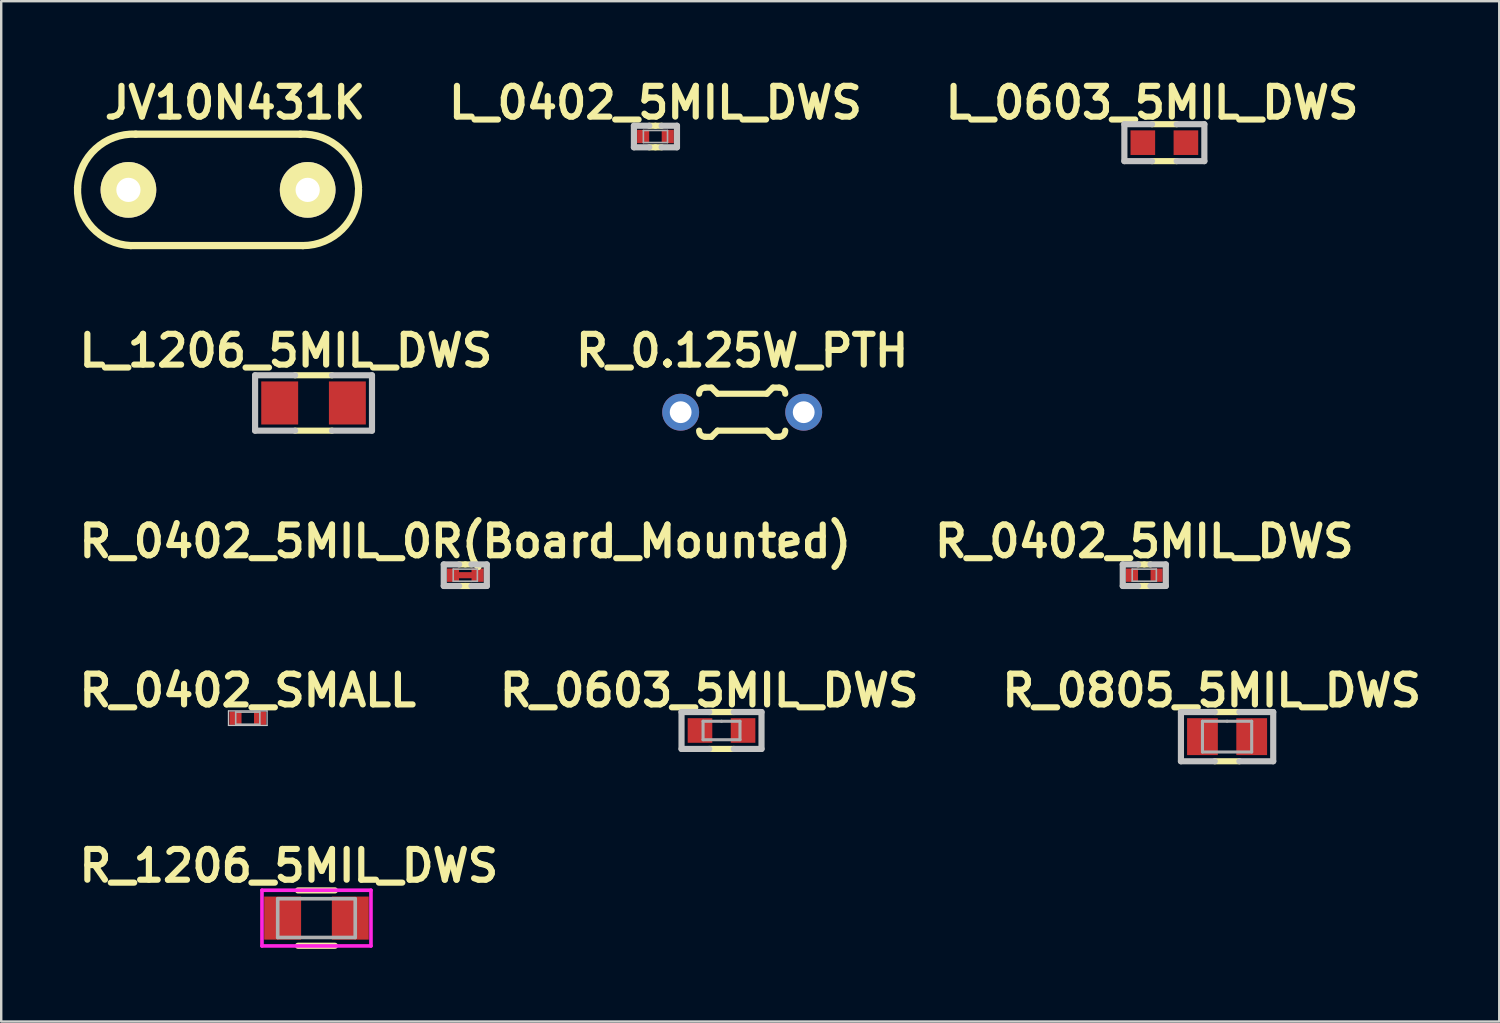
<source format=kicad_pcb>
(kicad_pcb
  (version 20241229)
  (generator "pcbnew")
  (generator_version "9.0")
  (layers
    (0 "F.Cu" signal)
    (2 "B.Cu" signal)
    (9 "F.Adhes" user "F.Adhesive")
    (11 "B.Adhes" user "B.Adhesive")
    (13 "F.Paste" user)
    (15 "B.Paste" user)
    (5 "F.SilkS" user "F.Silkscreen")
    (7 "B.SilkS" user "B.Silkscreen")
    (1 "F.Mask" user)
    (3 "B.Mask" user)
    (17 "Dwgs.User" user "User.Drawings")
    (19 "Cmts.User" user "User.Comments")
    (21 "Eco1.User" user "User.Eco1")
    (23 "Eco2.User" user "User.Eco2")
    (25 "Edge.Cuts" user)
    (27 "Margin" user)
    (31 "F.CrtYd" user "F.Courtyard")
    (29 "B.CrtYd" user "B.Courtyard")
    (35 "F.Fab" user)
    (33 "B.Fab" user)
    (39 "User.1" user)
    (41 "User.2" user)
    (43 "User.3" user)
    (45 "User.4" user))
  (footprint "R_0402_5MIL_0R(Board_Mounted)"
    (layer "F.Cu")
    (at 16.159 20.696)
    (property "Reference" "R_0402_5MIL_0R(Board_Mounted)" (at 0 -1.397 0) (layer "F.SilkS") (effects (font (size 1.27 1.27) (thickness 0.254))))
    (attr smd)
    (fp_line (start 0.508 0) (end -0.508 0) (stroke (width 0.254) (type solid)) (layer "F.Cu"))
    (fp_line (start 0 -0.445) (end -0.254 -0.445) (stroke (width 0.254) (type solid)) (layer "F.SilkS"))
    (fp_line (start 0 -0.445) (end 0.254 -0.445) (stroke (width 0.254) (type solid)) (layer "F.SilkS"))
    (fp_line (start 0 0.445) (end -0.254 0.445) (stroke (width 0.254) (type solid)) (layer "F.SilkS"))
    (fp_line (start 0 0.445) (end 0.254 0.445) (stroke (width 0.254) (type solid)) (layer "F.SilkS"))
    (fp_line (start -0.889 -0.445) (end -0.889 0.445) (stroke (width 0.254) (type solid)) (layer "Dwgs.User"))
    (fp_line (start -0.889 0.445) (end -0.254 0.445) (stroke (width 0.254) (type solid)) (layer "Dwgs.User"))
    (fp_line (start -0.254 -0.445) (end -0.889 -0.445) (stroke (width 0.254) (type solid)) (layer "Dwgs.User"))
    (fp_line (start 0.254 -0.445) (end 0.889 -0.445) (stroke (width 0.254) (type solid)) (layer "Dwgs.User"))
    (fp_line (start 0.889 -0.445) (end 0.889 0.445) (stroke (width 0.254) (type solid)) (layer "Dwgs.User"))
    (fp_line (start 0.889 0.445) (end 0.254 0.445) (stroke (width 0.254) (type solid)) (layer "Dwgs.User"))
    (fp_line (start -0.498 -0.249) (end 0.498 -0.249) (stroke (width 0.066) (type solid)) (layer "F.Fab"))
    (fp_line (start -0.498 0.249) (end -0.498 -0.249) (stroke (width 0.066) (type solid)) (layer "F.Fab"))
    (fp_line (start -0.498 0.249) (end 0.498 0.249) (stroke (width 0.066) (type solid)) (layer "F.Fab"))
    (fp_line (start 0.498 0.249) (end 0.498 -0.249) (stroke (width 0.066) (type solid)) (layer "F.Fab"))
    (pad "1" smd rect (at -0.508 0 180) (size 0.5 0.55) (layers "F.Cu" "F.Mask" "F.Paste"))
    (pad "2" smd rect (at 0.508 0) (size 0.5 0.55) (layers "F.Cu" "F.Mask" "F.Paste")))
  (footprint "R_0402_5MIL_DWS"
    (layer "F.Cu")
    (at 44.19 20.696)
    (property "Reference" "R_0402_5MIL_DWS" (at 0 -1.397 0) (layer "F.SilkS") (effects (font (size 1.27 1.27) (thickness 0.254))))
    (attr smd)
    (fp_line (start 0 -0.445) (end -0.254 -0.445) (stroke (width 0.254) (type solid)) (layer "F.SilkS"))
    (fp_line (start 0 -0.445) (end 0.254 -0.445) (stroke (width 0.254) (type solid)) (layer "F.SilkS"))
    (fp_line (start 0 0.445) (end -0.254 0.445) (stroke (width 0.254) (type solid)) (layer "F.SilkS"))
    (fp_line (start 0 0.445) (end 0.254 0.445) (stroke (width 0.254) (type solid)) (layer "F.SilkS"))
    (fp_line (start -0.889 -0.445) (end -0.889 0.445) (stroke (width 0.254) (type solid)) (layer "Dwgs.User"))
    (fp_line (start -0.889 0.445) (end -0.254 0.445) (stroke (width 0.254) (type solid)) (layer "Dwgs.User"))
    (fp_line (start -0.254 -0.445) (end -0.889 -0.445) (stroke (width 0.254) (type solid)) (layer "Dwgs.User"))
    (fp_line (start 0.254 -0.445) (end 0.889 -0.445) (stroke (width 0.254) (type solid)) (layer "Dwgs.User"))
    (fp_line (start 0.889 -0.445) (end 0.889 0.445) (stroke (width 0.254) (type solid)) (layer "Dwgs.User"))
    (fp_line (start 0.889 0.445) (end 0.254 0.445) (stroke (width 0.254) (type solid)) (layer "Dwgs.User"))
    (fp_line (start -0.498 -0.249) (end 0.498 -0.249) (stroke (width 0.066) (type solid)) (layer "F.Fab"))
    (fp_line (start -0.498 0.249) (end -0.498 -0.249) (stroke (width 0.066) (type solid)) (layer "F.Fab"))
    (fp_line (start -0.498 0.249) (end 0.498 0.249) (stroke (width 0.066) (type solid)) (layer "F.Fab"))
    (fp_line (start 0.498 0.249) (end 0.498 -0.249) (stroke (width 0.066) (type solid)) (layer "F.Fab"))
    (pad "1" smd rect (at -0.508 0 180) (size 0.5 0.55) (layers "F.Cu" "F.Mask" "F.Paste"))
    (pad "2" smd rect (at 0.508 0) (size 0.5 0.55) (layers "F.Cu" "F.Mask" "F.Paste")))
  (footprint "L_1206_5MIL_DWS"
    (layer "F.Cu")
    (at 9.894 13.586)
    (property "Reference" "L_1206_5MIL_DWS" (at -1.143 -2.159 0) (layer "F.SilkS") (effects (font (size 1.27 1.27) (thickness 0.254))))
    (attr smd)
    (fp_line (start 0.762 -1.143) (end -0.762 -1.143) (stroke (width 0.254) (type solid)) (layer "F.SilkS"))
    (fp_line (start 0.762 1.143) (end -0.762 1.143) (stroke (width 0.254) (type solid)) (layer "F.SilkS"))
    (fp_line (start -2.413 -1.143) (end -2.413 1.143) (stroke (width 0.254) (type solid)) (layer "Dwgs.User"))
    (fp_line (start -2.413 1.143) (end -0.762 1.143) (stroke (width 0.254) (type solid)) (layer "Dwgs.User"))
    (fp_line (start -0.762 -1.143) (end -2.413 -1.143) (stroke (width 0.254) (type solid)) (layer "Dwgs.User"))
    (fp_line (start 0.762 -1.143) (end 2.413 -1.143) (stroke (width 0.254) (type solid)) (layer "Dwgs.User"))
    (fp_line (start 2.413 -1.143) (end 2.413 1.143) (stroke (width 0.254) (type solid)) (layer "Dwgs.User"))
    (fp_line (start 2.413 1.143) (end 0.762 1.143) (stroke (width 0.254) (type solid)) (layer "Dwgs.User"))
    (pad "1" smd rect (at -1.397 0) (size 1.524 1.778) (layers "F.Cu" "F.Mask" "F.Paste"))
    (pad "2" smd rect (at 1.397 0) (size 1.524 1.778) (layers "F.Cu" "F.Mask" "F.Paste")))
  (footprint "L_0402_5MIL_DWS"
    (layer "F.Cu")
    (at 24.009 2.586)
    (property "Reference" "L_0402_5MIL_DWS" (at 0 -1.397 0) (layer "F.SilkS") (effects (font (size 1.27 1.27) (thickness 0.254))))
    (attr smd)
    (fp_line (start 0 -0.445) (end -0.254 -0.445) (stroke (width 0.254) (type solid)) (layer "F.SilkS"))
    (fp_line (start 0 -0.445) (end 0.254 -0.445) (stroke (width 0.254) (type solid)) (layer "F.SilkS"))
    (fp_line (start 0 0.445) (end -0.254 0.445) (stroke (width 0.254) (type solid)) (layer "F.SilkS"))
    (fp_line (start 0 0.445) (end 0.254 0.445) (stroke (width 0.254) (type solid)) (layer "F.SilkS"))
    (fp_line (start -0.889 -0.445) (end -0.889 0.445) (stroke (width 0.254) (type solid)) (layer "Dwgs.User"))
    (fp_line (start -0.889 0.445) (end -0.254 0.445) (stroke (width 0.254) (type solid)) (layer "Dwgs.User"))
    (fp_line (start -0.254 -0.445) (end -0.889 -0.445) (stroke (width 0.254) (type solid)) (layer "Dwgs.User"))
    (fp_line (start 0.254 -0.445) (end 0.889 -0.445) (stroke (width 0.254) (type solid)) (layer "Dwgs.User"))
    (fp_line (start 0.889 -0.445) (end 0.889 0.445) (stroke (width 0.254) (type solid)) (layer "Dwgs.User"))
    (fp_line (start 0.889 0.445) (end 0.254 0.445) (stroke (width 0.254) (type solid)) (layer "Dwgs.User"))
    (fp_line (start -0.498 -0.249) (end 0.498 -0.249) (stroke (width 0.066) (type solid)) (layer "F.Fab"))
    (fp_line (start -0.498 0.249) (end -0.498 -0.249) (stroke (width 0.066) (type solid)) (layer "F.Fab"))
    (fp_line (start -0.498 0.249) (end 0.498 0.249) (stroke (width 0.066) (type solid)) (layer "F.Fab"))
    (fp_line (start 0.498 0.249) (end 0.498 -0.249) (stroke (width 0.066) (type solid)) (layer "F.Fab"))
    (pad "1" smd rect (at -0.508 0 180) (size 0.5 0.55) (layers "F.Cu" "F.Mask" "F.Paste"))
    (pad "2" smd rect (at 0.508 0) (size 0.5 0.55) (layers "F.Cu" "F.Mask" "F.Paste")))
  (footprint "R_0.125W_PTH"
    (layer "F.Cu")
    (at 27.59 13.967)
    (property "Reference" "R_0.125W_PTH" (at 0 -2.54 0) (layer "F.SilkS") (effects (font (size 1.27 1.27) (thickness 0.254))))
    (attr through_hole)
    (fp_line (start -1.27 -1.016) (end -1.524 -1.016) (stroke (width 0.254) (type solid)) (layer "F.SilkS"))
    (fp_line (start -1.27 -1.016) (end -1.016 -0.762) (stroke (width 0.254) (type solid)) (layer "F.SilkS"))
    (fp_line (start -1.27 1.016) (end -1.524 1.016) (stroke (width 0.254) (type solid)) (layer "F.SilkS"))
    (fp_line (start -1.016 -0.762) (end 1.016 -0.762) (stroke (width 0.254) (type solid)) (layer "F.SilkS"))
    (fp_line (start -1.016 0.762) (end -1.27 1.016) (stroke (width 0.254) (type solid)) (layer "F.SilkS"))
    (fp_line (start -1.016 0.762) (end 1.016 0.762) (stroke (width 0.254) (type solid)) (layer "F.SilkS"))
    (fp_line (start 1.016 0.762) (end 1.27 1.016) (stroke (width 0.254) (type solid)) (layer "F.SilkS"))
    (fp_line (start 1.27 -1.016) (end 1.016 -0.762) (stroke (width 0.254) (type solid)) (layer "F.SilkS"))
    (fp_line (start 1.27 -1.016) (end 1.524 -1.016) (stroke (width 0.254) (type solid)) (layer "F.SilkS"))
    (fp_line (start 1.27 1.016) (end 1.524 1.016) (stroke (width 0.254) (type solid)) (layer "F.SilkS"))
    (fp_arc (start -1.778 -0.762) (mid -1.703605 -0.941605) (end -1.524 -1.016) (stroke (width 0.254) (type solid)) (layer "F.SilkS"))
    (fp_arc (start -1.524 1.016) (mid -1.703605 0.941605) (end -1.778 0.762) (stroke (width 0.254) (type solid)) (layer "F.SilkS"))
    (fp_arc (start 1.524 -1.016) (mid 1.703605 -0.941605) (end 1.778 -0.762) (stroke (width 0.254) (type solid)) (layer "F.SilkS"))
    (fp_arc (start 1.778 0.762) (mid 1.703605 0.941605) (end 1.524 1.016) (stroke (width 0.254) (type solid)) (layer "F.SilkS"))
    (pad "1" thru_hole circle (at -2.54 0) (size 1.524 1.524) (drill 0.9) (layers "*.Cu" "*.Mask"))
    (pad "2" thru_hole circle (at 2.54 0) (size 1.524 1.524) (drill 0.9) (layers "*.Cu" "*.Mask")))
  (footprint "R_0603_5MIL_DWS"
    (layer "F.Cu")
    (at 26.737 27.107)
    (property "Reference" "R_0603_5MIL_DWS" (at -0.508 -1.651 0) (layer "F.SilkS") (effects (font (size 1.27 1.27) (thickness 0.254))))
    (attr smd)
    (fp_line (start -0.508 -0.762) (end 0.508 -0.762) (stroke (width 0.254) (type solid)) (layer "F.SilkS"))
    (fp_line (start -0.508 0.762) (end 0.508 0.762) (stroke (width 0.254) (type solid)) (layer "F.SilkS"))
    (fp_line (start -1.651 -0.762) (end -1.651 0.762) (stroke (width 0.254) (type solid)) (layer "Dwgs.User"))
    (fp_line (start -1.651 0.762) (end -0.508 0.762) (stroke (width 0.254) (type solid)) (layer "Dwgs.User"))
    (fp_line (start -0.508 -0.762) (end -1.651 -0.762) (stroke (width 0.254) (type solid)) (layer "Dwgs.User"))
    (fp_line (start 0.508 -0.762) (end 1.651 -0.762) (stroke (width 0.254) (type solid)) (layer "Dwgs.User"))
    (fp_line (start 1.651 -0.762) (end 1.651 0.762) (stroke (width 0.254) (type solid)) (layer "Dwgs.User"))
    (fp_line (start 1.651 0.762) (end 0.508 0.762) (stroke (width 0.254) (type solid)) (layer "Dwgs.User"))
    (fp_line (start -0.762 -0.381) (end -0.762 0.381) (stroke (width 0.127) (type solid)) (layer "F.Fab"))
    (fp_line (start -0.762 0.381) (end 0.762 0.381) (stroke (width 0.127) (type solid)) (layer "F.Fab"))
    (fp_line (start 0 -0.381) (end -0.762 -0.381) (stroke (width 0.127) (type solid)) (layer "F.Fab"))
    (fp_line (start 0.762 -0.381) (end 0 -0.381) (stroke (width 0.127) (type solid)) (layer "F.Fab"))
    (fp_line (start 0.762 0.381) (end 0.762 -0.381) (stroke (width 0.127) (type solid)) (layer "F.Fab"))
    (pad "1" smd rect (at -0.889 0) (size 1.016 1.016) (layers "F.Cu" "F.Mask" "F.Paste"))
    (pad "2" smd rect (at 0.889 0) (size 1.016 1.016) (layers "F.Cu" "F.Mask" "F.Paste")))
  (footprint "L_0603_5MIL_DWS"
    (layer "F.Cu")
    (at 45.019 2.84)
    (property "Reference" "L_0603_5MIL_DWS" (at -0.508 -1.651 0) (layer "F.SilkS") (effects (font (size 1.27 1.27) (thickness 0.254))))
    (attr smd)
    (fp_line (start -0.508 -0.762) (end 0.508 -0.762) (stroke (width 0.254) (type solid)) (layer "F.SilkS"))
    (fp_line (start -0.508 0.762) (end 0.508 0.762) (stroke (width 0.254) (type solid)) (layer "F.SilkS"))
    (fp_line (start -1.651 -0.762) (end -1.651 0.762) (stroke (width 0.254) (type solid)) (layer "Dwgs.User"))
    (fp_line (start -1.651 0.762) (end -0.508 0.762) (stroke (width 0.254) (type solid)) (layer "Dwgs.User"))
    (fp_line (start -0.508 -0.762) (end -1.651 -0.762) (stroke (width 0.254) (type solid)) (layer "Dwgs.User"))
    (fp_line (start 0.508 -0.762) (end 1.651 -0.762) (stroke (width 0.254) (type solid)) (layer "Dwgs.User"))
    (fp_line (start 1.651 -0.762) (end 1.651 0.762) (stroke (width 0.254) (type solid)) (layer "Dwgs.User"))
    (fp_line (start 1.651 0.762) (end 0.508 0.762) (stroke (width 0.254) (type solid)) (layer "Dwgs.User"))
    (pad "1" smd rect (at -0.889 0) (size 1.016 1.016) (layers "F.Cu" "F.Mask" "F.Paste"))
    (pad "2" smd rect (at 0.889 0) (size 1.016 1.016) (layers "F.Cu" "F.Mask" "F.Paste")))
  (footprint "R_0402_SMALL"
    (layer "F.Cu")
    (at 7.179 26.599)
    (property "Reference" "R_0402_SMALL" (at 0 -1.143 0) (layer "F.SilkS") (effects (font (size 1.27 1.27) (thickness 0.254))))
    (attr smd)
    (fp_line (start -0.798 -0.3) (end 0.798 -0.3) (stroke (width 0.051) (type solid)) (layer "Dwgs.User"))
    (fp_line (start -0.798 0.3) (end -0.798 -0.3) (stroke (width 0.051) (type solid)) (layer "Dwgs.User"))
    (fp_line (start 0.798 -0.3) (end 0.798 0.3) (stroke (width 0.051) (type solid)) (layer "Dwgs.User"))
    (fp_line (start 0.798 0.3) (end -0.798 0.3) (stroke (width 0.051) (type solid)) (layer "Dwgs.User"))
    (fp_line (start -0.498 -0.249) (end 0.498 -0.249) (stroke (width 0.066) (type solid)) (layer "F.Fab"))
    (fp_line (start -0.498 0.249) (end -0.498 -0.249) (stroke (width 0.066) (type solid)) (layer "F.Fab"))
    (fp_line (start -0.498 0.249) (end 0.498 0.249) (stroke (width 0.066) (type solid)) (layer "F.Fab"))
    (fp_line (start 0.498 0.249) (end 0.498 -0.249) (stroke (width 0.066) (type solid)) (layer "F.Fab"))
    (pad "1" smd rect (at -0.508 0 180) (size 0.5 0.55) (layers "F.Cu" "F.Mask" "F.Paste"))
    (pad "2" smd rect (at 0.508 0) (size 0.5 0.55) (layers "F.Cu" "F.Mask" "F.Paste")))
  (footprint "R_1206_5MIL_DWS"
    (layer "F.Cu")
    (at 10.015 34.852)
    (property "Reference" "R_1206_5MIL_DWS" (at -1.143 -2.159 0) (layer "F.SilkS") (effects (font (size 1.27 1.27) (thickness 0.254))))
    (attr smd)
    (fp_line (start 0.762 -1.143) (end -0.762 -1.143) (stroke (width 0.254) (type solid)) (layer "F.SilkS"))
    (fp_line (start 0.762 1.143) (end -0.762 1.143) (stroke (width 0.254) (type solid)) (layer "F.SilkS"))
    (fp_line (start -2.25 -1.15) (end 2.25 -1.15) (stroke (width 0.15) (type solid)) (layer "F.CrtYd"))
    (fp_line (start -2.25 1.15) (end -2.25 -1.15) (stroke (width 0.15) (type solid)) (layer "F.CrtYd"))
    (fp_line (start 2.25 -1.15) (end 2.25 1.15) (stroke (width 0.15) (type solid)) (layer "F.CrtYd"))
    (fp_line (start 2.25 1.15) (end -2.25 1.15) (stroke (width 0.15) (type solid)) (layer "F.CrtYd"))
    (fp_line (start -1.6 -0.8) (end 1.6 -0.8) (stroke (width 0.15) (type solid)) (layer "F.Fab"))
    (fp_line (start -1.6 0.8) (end -1.6 -0.8) (stroke (width 0.15) (type solid)) (layer "F.Fab"))
    (fp_line (start 1.6 -0.8) (end 1.6 0.8) (stroke (width 0.15) (type solid)) (layer "F.Fab"))
    (fp_line (start 1.6 0.8) (end -1.6 0.8) (stroke (width 0.15) (type solid)) (layer "F.Fab"))
    (pad "1" smd rect (at -1.397 0) (size 1.524 1.778) (layers "F.Cu" "F.Mask" "F.Paste"))
    (pad "2" smd rect (at 1.397 0) (size 1.524 1.778) (layers "F.Cu" "F.Mask" "F.Paste")))
  (footprint "R_0805_5MIL_DWS"
    (layer "F.Cu")
    (at 47.608 27.361)
    (property "Reference" "R_0805_5MIL_DWS" (at -0.635 -1.905 0) (layer "F.SilkS") (effects (font (size 1.27 1.27) (thickness 0.254))))
    (attr smd)
    (fp_line (start -0.508 -1.016) (end 0.508 -1.016) (stroke (width 0.254) (type solid)) (layer "F.SilkS"))
    (fp_line (start -0.508 1.016) (end 0.508 1.016) (stroke (width 0.254) (type solid)) (layer "F.SilkS"))
    (fp_line (start -1.905 -1.016) (end -1.905 1.016) (stroke (width 0.254) (type solid)) (layer "Dwgs.User"))
    (fp_line (start -0.508 -1.016) (end -1.905 -1.016) (stroke (width 0.254) (type solid)) (layer "Dwgs.User"))
    (fp_line (start -0.508 1.016) (end -1.905 1.016) (stroke (width 0.254) (type solid)) (layer "Dwgs.User"))
    (fp_line (start 1.905 -1.016) (end 0.508 -1.016) (stroke (width 0.254) (type solid)) (layer "Dwgs.User"))
    (fp_line (start 1.905 -1.016) (end 1.905 1.016) (stroke (width 0.254) (type solid)) (layer "Dwgs.User"))
    (fp_line (start 1.905 1.016) (end 0.508 1.016) (stroke (width 0.254) (type solid)) (layer "Dwgs.User"))
    (fp_line (start -1.016 -0.635) (end -1.016 0.635) (stroke (width 0.127) (type solid)) (layer "F.Fab"))
    (fp_line (start -1.016 0.635) (end 1.016 0.635) (stroke (width 0.127) (type solid)) (layer "F.Fab"))
    (fp_line (start 0 -0.635) (end -1.016 -0.635) (stroke (width 0.127) (type solid)) (layer "F.Fab"))
    (fp_line (start 1.016 -0.635) (end 0 -0.635) (stroke (width 0.127) (type solid)) (layer "F.Fab"))
    (fp_line (start 1.016 0.635) (end 1.016 -0.635) (stroke (width 0.127) (type solid)) (layer "F.Fab"))
    (pad "1" smd rect (at -1.016 0 90) (size 1.524 1.27) (layers "F.Cu" "F.Mask" "F.Paste"))
    (pad "2" smd rect (at 1.016 0 90) (size 1.524 1.27) (layers "F.Cu" "F.Mask" "F.Paste")))
  (footprint "JV10N431K"
    (layer "F.Cu")
    (at 5.952 4.789)
    (property "Reference" "JV10N431K" (at 0.7 -3.6 0) (layer "F.SilkS") (effects (font (size 1.27 1.27) (thickness 0.254))))
    (attr smd)
    (fp_line (start -3.6 2.3) (end 3.5 2.3) (stroke (width 0.3) (type solid)) (layer "F.SilkS"))
    (fp_line (start -3.4 -2.3) (end 3.4 -2.3) (stroke (width 0.3) (type solid)) (layer "F.SilkS"))
    (fp_arc (start -5.8 -0.1) (mid -5.055635 -1.697056) (end -3.4 -2.3) (stroke (width 0.3) (type solid)) (layer "F.SilkS"))
    (fp_arc (start -3.6 2.3) (mid -5.197056 1.555635) (end -5.8 -0.1) (stroke (width 0.3) (type solid)) (layer "F.SilkS"))
    (fp_arc (start 3.4 -2.3) (mid 5.055635 -1.697056) (end 5.8 -0.1) (stroke (width 0.3) (type solid)) (layer "F.SilkS"))
    (fp_arc (start 5.8 0) (mid 5.126346 1.626346) (end 3.5 2.3) (stroke (width 0.3) (type solid)) (layer "F.SilkS"))
    (pad "1" thru_hole circle (at -3.7 0) (size 2.3 2.3) (drill 1) (layers "*.Cu" "*.Mask" "F.SilkS"))
    (pad "2" thru_hole circle (at 3.7 0) (size 2.3 2.3) (drill 1) (layers "*.Cu" "*.Mask" "F.SilkS")))
  (gr_rect
    (start -3 -3)
    (end 58.844 39.122)
    (stroke (width 0.1) (type default))
    (fill no)
    (layer "Edge.Cuts")))
</source>
